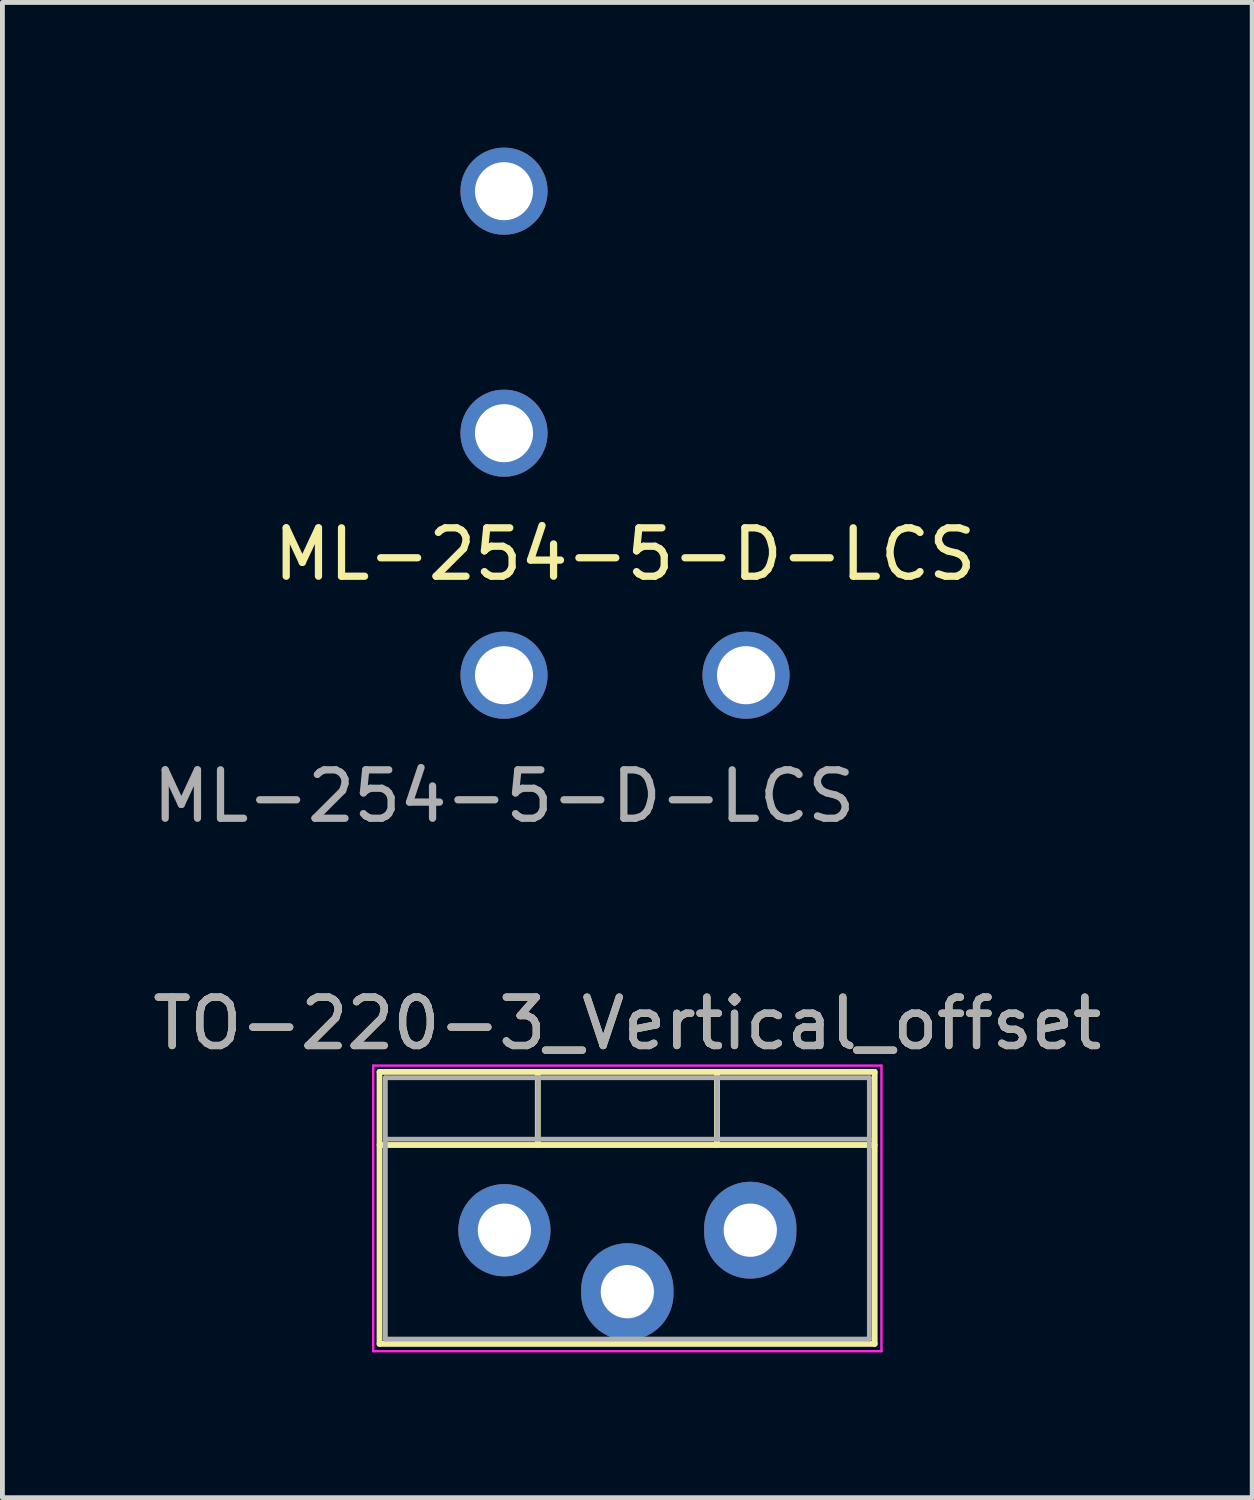
<source format=kicad_pcb>
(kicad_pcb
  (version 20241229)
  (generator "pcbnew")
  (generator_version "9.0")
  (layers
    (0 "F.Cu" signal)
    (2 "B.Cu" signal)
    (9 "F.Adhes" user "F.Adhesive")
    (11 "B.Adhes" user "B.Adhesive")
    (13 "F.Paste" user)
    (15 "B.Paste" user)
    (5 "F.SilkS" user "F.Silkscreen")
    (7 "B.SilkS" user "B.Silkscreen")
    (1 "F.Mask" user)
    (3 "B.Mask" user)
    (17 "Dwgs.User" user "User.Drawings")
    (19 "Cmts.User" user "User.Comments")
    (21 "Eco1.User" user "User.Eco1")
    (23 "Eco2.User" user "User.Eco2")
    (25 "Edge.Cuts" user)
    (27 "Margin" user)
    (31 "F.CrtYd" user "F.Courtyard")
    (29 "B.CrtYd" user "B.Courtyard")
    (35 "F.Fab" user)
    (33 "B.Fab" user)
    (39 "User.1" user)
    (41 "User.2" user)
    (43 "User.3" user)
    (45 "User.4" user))
  (footprint "ML-254-5-D-LCS"
    (layer "F.Cu")
    (at 7.363 10.9)
    (property "Reference" "ML-254-5-D-LCS" (at 2.5 -2.5 0) (unlocked yes) (layer "F.SilkS") (effects (font (size 1 1) (thickness 0.15))))
    (attr through_hole)
    (fp_text user "${REFERENCE}" (at 0 2.5 0) (unlocked yes) (layer "F.Fab") (effects (font (size 1 1) (thickness 0.15))))
    (pad "1" thru_hole circle (at 5 0) (size 1.8 1.8) (drill 1.2) (layers "*.Cu" "*.Mask"))
    (pad "2" thru_hole circle (at 0 0) (size 1.8 1.8) (drill 1.2) (layers "*.Cu" "*.Mask"))
    (pad "3" thru_hole circle (at 0 -5) (size 1.8 1.8) (drill 1.2) (layers "*.Cu" "*.Mask"))
    (pad "4" thru_hole circle (at 0 -10) (size 1.8 1.8) (drill 1.2) (layers "*.Cu" "*.Mask")))
  (footprint "TO-220-3_Vertical_offset"
    (layer "F.Cu")
    (at 7.371 22.366)
    (property "Reference" "TO-220-3_Vertical_offset" (at 2.54 -4.27 0) (layer "F.SilkS") (effects (font (size 1 1) (thickness 0.15))))
    (attr through_hole)
    (fp_line (start -2.58 -3.27) (end -2.58 2.35) (stroke (width 0.12) (type solid)) (layer "F.SilkS"))
    (fp_line (start -2.58 -3.27) (end 7.65 -3.27) (stroke (width 0.12) (type solid)) (layer "F.SilkS"))
    (fp_line (start -2.58 -1.76) (end 7.65 -1.76) (stroke (width 0.12) (type solid)) (layer "F.SilkS"))
    (fp_line (start -2.58 2.35) (end 7.65 2.35) (stroke (width 0.12) (type solid)) (layer "F.SilkS"))
    (fp_line (start 0.69 -3.27) (end 0.69 -1.76) (stroke (width 0.12) (type solid)) (layer "F.SilkS"))
    (fp_line (start 4.391 -3.27) (end 4.391 -1.76) (stroke (width 0.12) (type solid)) (layer "F.SilkS"))
    (fp_line (start 7.65 -3.27) (end 7.65 2.35) (stroke (width 0.12) (type solid)) (layer "F.SilkS"))
    (fp_line (start -2.71 -3.4) (end -2.71 2.5) (stroke (width 0.05) (type solid)) (layer "F.CrtYd"))
    (fp_line (start -2.71 2.5) (end 7.79 2.5) (stroke (width 0.05) (type solid)) (layer "F.CrtYd"))
    (fp_line (start 7.79 -3.4) (end -2.71 -3.4) (stroke (width 0.05) (type solid)) (layer "F.CrtYd"))
    (fp_line (start 7.79 2.5) (end 7.79 -3.4) (stroke (width 0.05) (type solid)) (layer "F.CrtYd"))
    (fp_line (start -2.46 -3.15) (end -2.46 2.25) (stroke (width 0.1) (type solid)) (layer "F.Fab"))
    (fp_line (start -2.46 -1.88) (end 7.54 -1.88) (stroke (width 0.1) (type solid)) (layer "F.Fab"))
    (fp_line (start -2.46 2.25) (end 7.54 2.25) (stroke (width 0.1) (type solid)) (layer "F.Fab"))
    (fp_line (start 0.69 -3.15) (end 0.69 -1.88) (stroke (width 0.1) (type solid)) (layer "F.Fab"))
    (fp_line (start 4.39 -3.15) (end 4.39 -1.88) (stroke (width 0.1) (type solid)) (layer "F.Fab"))
    (fp_line (start 7.54 -3.15) (end -2.46 -3.15) (stroke (width 0.1) (type solid)) (layer "F.Fab"))
    (fp_line (start 7.54 2.25) (end 7.54 -3.15) (stroke (width 0.1) (type solid)) (layer "F.Fab"))
    (fp_text user "${REFERENCE}" (at 2.54 -4.27 0) (layer "F.Fab") (effects (font (size 1 1) (thickness 0.15))))
    (pad "1" thru_hole circle (at 0 0 63.5) (size 1.905 1.905) (drill 1.1) (layers "*.Cu" "*.Mask"))
    (pad "2" thru_hole oval (at 2.54 1.27) (size 1.905 2) (drill 1.1) (layers "*.Cu" "*.Mask"))
    (pad "3" thru_hole oval (at 5.08 0) (size 1.905 2) (drill 1.1) (layers "*.Cu" "*.Mask")))
  (gr_rect
    (start -3 -3)
    (end 22.821 27.892)
    (stroke (width 0.1) (type default))
    (fill no)
    (layer "Edge.Cuts")))
</source>
